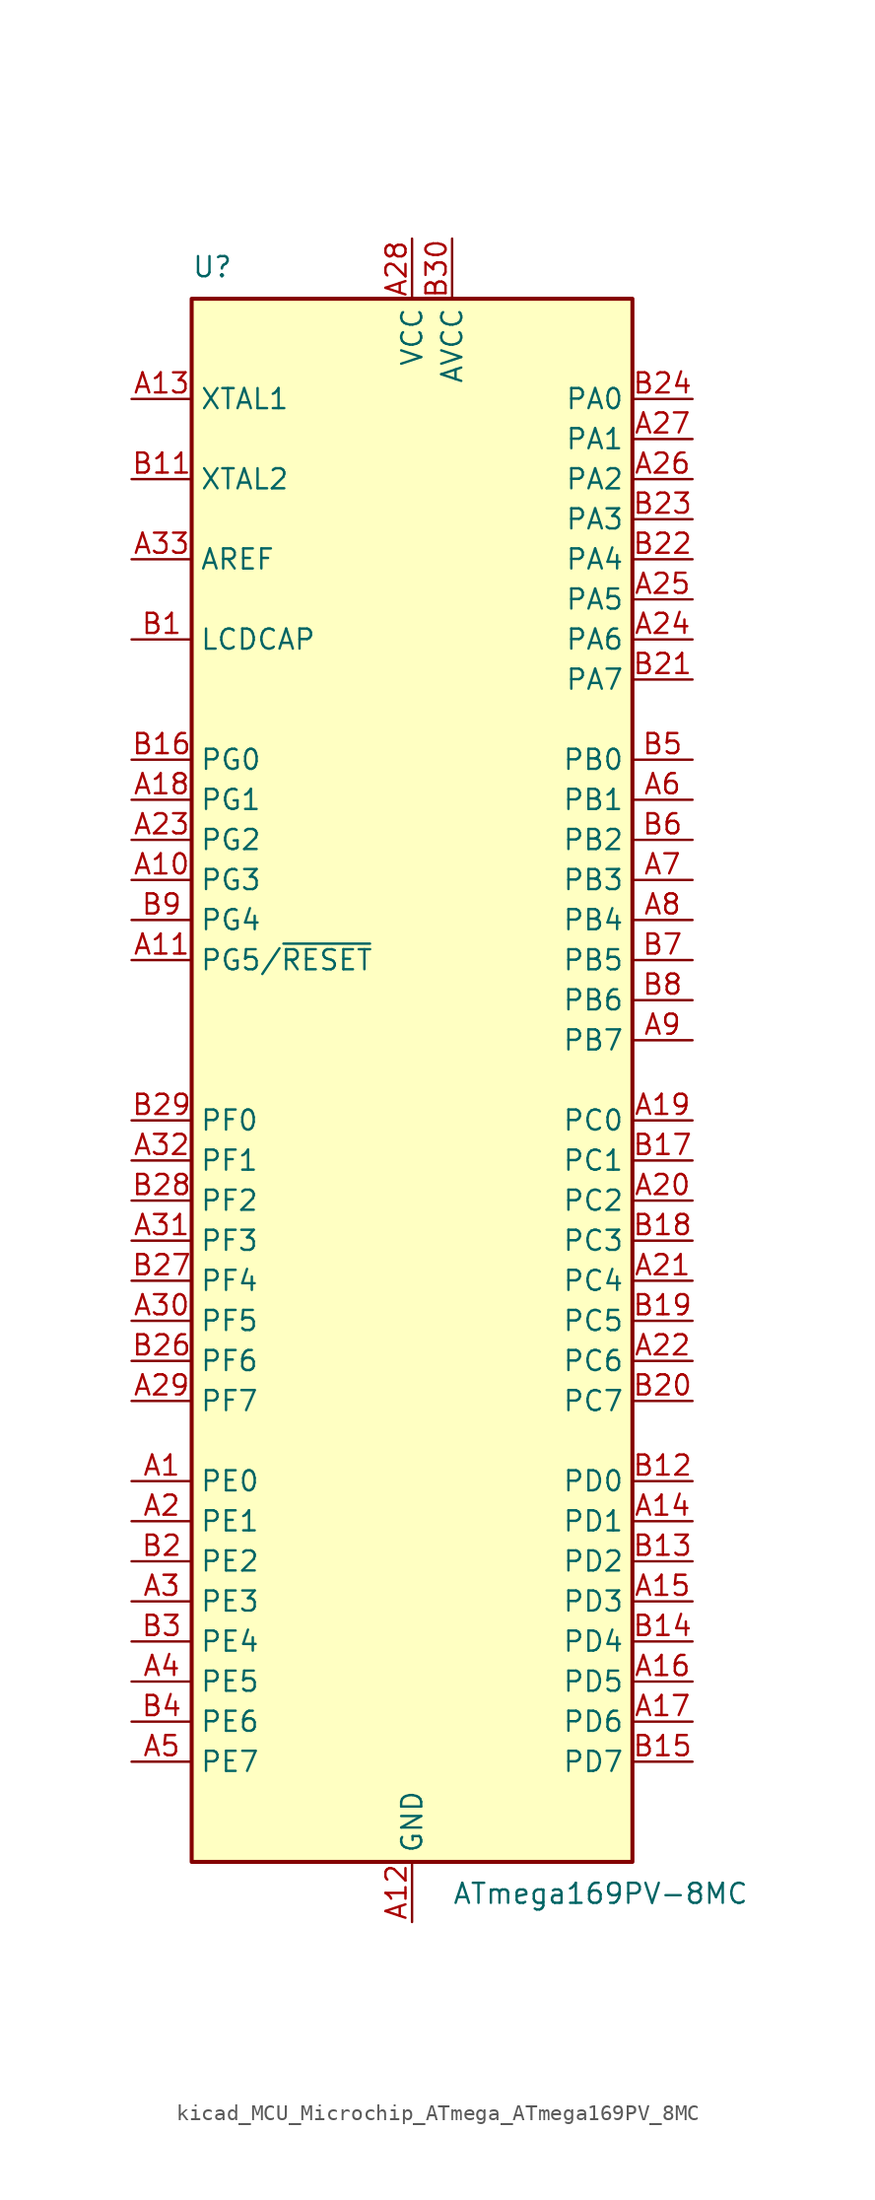
<source format=kicad_sym>
(kicad_symbol_lib
  (version 20220914)
  (generator kicad_symbol_editor)
  (symbol "kicad_MCU_Microchip_ATmega_ATmega169PV_8MC"
    (property "Reference" "U"
      (at -13.97 50.8 0)
      (effects (font (size 1.27 1.27)) (justify left bottom)))
    (property "Value" "ATmega169PV-8MC"
      (at 2.54 -50.8 0)
      (effects (font (size 1.27 1.27)) (justify left top)))
    (symbol "kicad_MCU_Microchip_ATmega_ATmega169PV_8MC_0_1"
      (rectangle (start -13.97 -49.53) (end 13.97 49.53) (stroke (width 0.254) (type default)) (fill (type background))))
    (symbol "kicad_MCU_Microchip_ATmega_ATmega169PV_8MC_1_1"
      (pin bidirectional line (at -17.78 -25.4 0) (length 3.81) (name "PE0" (effects (font (size 1.27 1.27)))) (number "A1" (effects (font (size 1.27 1.27)))))
      (pin bidirectional line (at -17.78 12.7 0) (length 3.81) (name "PG3" (effects (font (size 1.27 1.27)))) (number "A10" (effects (font (size 1.27 1.27)))))
      (pin bidirectional line (at -17.78 7.62 0) (length 3.81) (name "PG5/~{RESET}" (effects (font (size 1.27 1.27)))) (number "A11" (effects (font (size 1.27 1.27)))))
      (pin power_in line (at 0 -53.34 90) (length 3.81) (name "GND" (effects (font (size 1.27 1.27)))) (number "A12" (effects (font (size 1.27 1.27)))))
      (pin input line (at -17.78 43.18 0) (length 3.81) (name "XTAL1" (effects (font (size 1.27 1.27)))) (number "A13" (effects (font (size 1.27 1.27)))))
      (pin bidirectional line (at 17.78 -27.94 180) (length 3.81) (name "PD1" (effects (font (size 1.27 1.27)))) (number "A14" (effects (font (size 1.27 1.27)))))
      (pin bidirectional line (at 17.78 -33.02 180) (length 3.81) (name "PD3" (effects (font (size 1.27 1.27)))) (number "A15" (effects (font (size 1.27 1.27)))))
      (pin bidirectional line (at 17.78 -38.1 180) (length 3.81) (name "PD5" (effects (font (size 1.27 1.27)))) (number "A16" (effects (font (size 1.27 1.27)))))
      (pin bidirectional line (at 17.78 -40.64 180) (length 3.81) (name "PD6" (effects (font (size 1.27 1.27)))) (number "A17" (effects (font (size 1.27 1.27)))))
      (pin bidirectional line (at -17.78 17.78 0) (length 3.81) (name "PG1" (effects (font (size 1.27 1.27)))) (number "A18" (effects (font (size 1.27 1.27)))))
      (pin bidirectional line (at 17.78 -2.54 180) (length 3.81) (name "PC0" (effects (font (size 1.27 1.27)))) (number "A19" (effects (font (size 1.27 1.27)))))
      (pin bidirectional line (at -17.78 -27.94 0) (length 3.81) (name "PE1" (effects (font (size 1.27 1.27)))) (number "A2" (effects (font (size 1.27 1.27)))))
      (pin bidirectional line (at 17.78 -7.62 180) (length 3.81) (name "PC2" (effects (font (size 1.27 1.27)))) (number "A20" (effects (font (size 1.27 1.27)))))
      (pin bidirectional line (at 17.78 -12.7 180) (length 3.81) (name "PC4" (effects (font (size 1.27 1.27)))) (number "A21" (effects (font (size 1.27 1.27)))))
      (pin bidirectional line (at 17.78 -17.78 180) (length 3.81) (name "PC6" (effects (font (size 1.27 1.27)))) (number "A22" (effects (font (size 1.27 1.27)))))
      (pin bidirectional line (at -17.78 15.24 0) (length 3.81) (name "PG2" (effects (font (size 1.27 1.27)))) (number "A23" (effects (font (size 1.27 1.27)))))
      (pin bidirectional line (at 17.78 27.94 180) (length 3.81) (name "PA6" (effects (font (size 1.27 1.27)))) (number "A24" (effects (font (size 1.27 1.27)))))
      (pin bidirectional line (at 17.78 30.48 180) (length 3.81) (name "PA5" (effects (font (size 1.27 1.27)))) (number "A25" (effects (font (size 1.27 1.27)))))
      (pin bidirectional line (at 17.78 38.1 180) (length 3.81) (name "PA2" (effects (font (size 1.27 1.27)))) (number "A26" (effects (font (size 1.27 1.27)))))
      (pin bidirectional line (at 17.78 40.64 180) (length 3.81) (name "PA1" (effects (font (size 1.27 1.27)))) (number "A27" (effects (font (size 1.27 1.27)))))
      (pin power_in line (at 0 53.34 270) (length 3.81) (name "VCC" (effects (font (size 1.27 1.27)))) (number "A28" (effects (font (size 1.27 1.27)))))
      (pin bidirectional line (at -17.78 -20.32 0) (length 3.81) (name "PF7" (effects (font (size 1.27 1.27)))) (number "A29" (effects (font (size 1.27 1.27)))))
      (pin bidirectional line (at -17.78 -33.02 0) (length 3.81) (name "PE3" (effects (font (size 1.27 1.27)))) (number "A3" (effects (font (size 1.27 1.27)))))
      (pin bidirectional line (at -17.78 -15.24 0) (length 3.81) (name "PF5" (effects (font (size 1.27 1.27)))) (number "A30" (effects (font (size 1.27 1.27)))))
      (pin bidirectional line (at -17.78 -10.16 0) (length 3.81) (name "PF3" (effects (font (size 1.27 1.27)))) (number "A31" (effects (font (size 1.27 1.27)))))
      (pin bidirectional line (at -17.78 -5.08 0) (length 3.81) (name "PF1" (effects (font (size 1.27 1.27)))) (number "A32" (effects (font (size 1.27 1.27)))))
      (pin passive line (at -17.78 33.02 0) (length 3.81) (name "AREF" (effects (font (size 1.27 1.27)))) (number "A33" (effects (font (size 1.27 1.27)))))
      (pin passive line (at 0 -53.34 90) (length 3.81) hide (name "GND" (effects (font (size 1.27 1.27)))) (number "A34" (effects (font (size 1.27 1.27)))))
      (pin bidirectional line (at -17.78 -38.1 0) (length 3.81) (name "PE5" (effects (font (size 1.27 1.27)))) (number "A4" (effects (font (size 1.27 1.27)))))
      (pin bidirectional line (at -17.78 -43.18 0) (length 3.81) (name "PE7" (effects (font (size 1.27 1.27)))) (number "A5" (effects (font (size 1.27 1.27)))))
      (pin bidirectional line (at 17.78 17.78 180) (length 3.81) (name "PB1" (effects (font (size 1.27 1.27)))) (number "A6" (effects (font (size 1.27 1.27)))))
      (pin bidirectional line (at 17.78 12.7 180) (length 3.81) (name "PB3" (effects (font (size 1.27 1.27)))) (number "A7" (effects (font (size 1.27 1.27)))))
      (pin bidirectional line (at 17.78 10.16 180) (length 3.81) (name "PB4" (effects (font (size 1.27 1.27)))) (number "A8" (effects (font (size 1.27 1.27)))))
      (pin bidirectional line (at 17.78 2.54 180) (length 3.81) (name "PB7" (effects (font (size 1.27 1.27)))) (number "A9" (effects (font (size 1.27 1.27)))))
      (pin passive line (at -17.78 27.94 0) (length 3.81) (name "LCDCAP" (effects (font (size 1.27 1.27)))) (number "B1" (effects (font (size 1.27 1.27)))))
      (pin passive line (at 0 53.34 270) (length 3.81) hide (name "VCC" (effects (font (size 1.27 1.27)))) (number "B10" (effects (font (size 1.27 1.27)))))
      (pin output line (at -17.78 38.1 0) (length 3.81) (name "XTAL2" (effects (font (size 1.27 1.27)))) (number "B11" (effects (font (size 1.27 1.27)))))
      (pin bidirectional line (at 17.78 -25.4 180) (length 3.81) (name "PD0" (effects (font (size 1.27 1.27)))) (number "B12" (effects (font (size 1.27 1.27)))))
      (pin bidirectional line (at 17.78 -30.48 180) (length 3.81) (name "PD2" (effects (font (size 1.27 1.27)))) (number "B13" (effects (font (size 1.27 1.27)))))
      (pin bidirectional line (at 17.78 -35.56 180) (length 3.81) (name "PD4" (effects (font (size 1.27 1.27)))) (number "B14" (effects (font (size 1.27 1.27)))))
      (pin bidirectional line (at 17.78 -43.18 180) (length 3.81) (name "PD7" (effects (font (size 1.27 1.27)))) (number "B15" (effects (font (size 1.27 1.27)))))
      (pin bidirectional line (at -17.78 20.32 0) (length 3.81) (name "PG0" (effects (font (size 1.27 1.27)))) (number "B16" (effects (font (size 1.27 1.27)))))
      (pin bidirectional line (at 17.78 -5.08 180) (length 3.81) (name "PC1" (effects (font (size 1.27 1.27)))) (number "B17" (effects (font (size 1.27 1.27)))))
      (pin bidirectional line (at 17.78 -10.16 180) (length 3.81) (name "PC3" (effects (font (size 1.27 1.27)))) (number "B18" (effects (font (size 1.27 1.27)))))
      (pin bidirectional line (at 17.78 -15.24 180) (length 3.81) (name "PC5" (effects (font (size 1.27 1.27)))) (number "B19" (effects (font (size 1.27 1.27)))))
      (pin bidirectional line (at -17.78 -30.48 0) (length 3.81) (name "PE2" (effects (font (size 1.27 1.27)))) (number "B2" (effects (font (size 1.27 1.27)))))
      (pin bidirectional line (at 17.78 -20.32 180) (length 3.81) (name "PC7" (effects (font (size 1.27 1.27)))) (number "B20" (effects (font (size 1.27 1.27)))))
      (pin bidirectional line (at 17.78 25.4 180) (length 3.81) (name "PA7" (effects (font (size 1.27 1.27)))) (number "B21" (effects (font (size 1.27 1.27)))))
      (pin bidirectional line (at 17.78 33.02 180) (length 3.81) (name "PA4" (effects (font (size 1.27 1.27)))) (number "B22" (effects (font (size 1.27 1.27)))))
      (pin bidirectional line (at 17.78 35.56 180) (length 3.81) (name "PA3" (effects (font (size 1.27 1.27)))) (number "B23" (effects (font (size 1.27 1.27)))))
      (pin bidirectional line (at 17.78 43.18 180) (length 3.81) (name "PA0" (effects (font (size 1.27 1.27)))) (number "B24" (effects (font (size 1.27 1.27)))))
      (pin passive line (at 0 -53.34 90) (length 3.81) hide (name "GND" (effects (font (size 1.27 1.27)))) (number "B25" (effects (font (size 1.27 1.27)))))
      (pin bidirectional line (at -17.78 -17.78 0) (length 3.81) (name "PF6" (effects (font (size 1.27 1.27)))) (number "B26" (effects (font (size 1.27 1.27)))))
      (pin bidirectional line (at -17.78 -12.7 0) (length 3.81) (name "PF4" (effects (font (size 1.27 1.27)))) (number "B27" (effects (font (size 1.27 1.27)))))
      (pin bidirectional line (at -17.78 -7.62 0) (length 3.81) (name "PF2" (effects (font (size 1.27 1.27)))) (number "B28" (effects (font (size 1.27 1.27)))))
      (pin bidirectional line (at -17.78 -2.54 0) (length 3.81) (name "PF0" (effects (font (size 1.27 1.27)))) (number "B29" (effects (font (size 1.27 1.27)))))
      (pin bidirectional line (at -17.78 -35.56 0) (length 3.81) (name "PE4" (effects (font (size 1.27 1.27)))) (number "B3" (effects (font (size 1.27 1.27)))))
      (pin power_in line (at 2.54 53.34 270) (length 3.81) (name "AVCC" (effects (font (size 1.27 1.27)))) (number "B30" (effects (font (size 1.27 1.27)))))
      (pin bidirectional line (at -17.78 -40.64 0) (length 3.81) (name "PE6" (effects (font (size 1.27 1.27)))) (number "B4" (effects (font (size 1.27 1.27)))))
      (pin bidirectional line (at 17.78 20.32 180) (length 3.81) (name "PB0" (effects (font (size 1.27 1.27)))) (number "B5" (effects (font (size 1.27 1.27)))))
      (pin bidirectional line (at 17.78 15.24 180) (length 3.81) (name "PB2" (effects (font (size 1.27 1.27)))) (number "B6" (effects (font (size 1.27 1.27)))))
      (pin bidirectional line (at 17.78 7.62 180) (length 3.81) (name "PB5" (effects (font (size 1.27 1.27)))) (number "B7" (effects (font (size 1.27 1.27)))))
      (pin bidirectional line (at 17.78 5.08 180) (length 3.81) (name "PB6" (effects (font (size 1.27 1.27)))) (number "B8" (effects (font (size 1.27 1.27)))))
      (pin bidirectional line (at -17.78 10.16 0) (length 3.81) (name "PG4" (effects (font (size 1.27 1.27)))) (number "B9" (effects (font (size 1.27 1.27)))))
      (pin passive line (at 0 -53.34 90) (length 3.81) hide (name "GND" (effects (font (size 1.27 1.27)))) (number "EP" (effects (font (size 1.27 1.27))))))))
</source>
